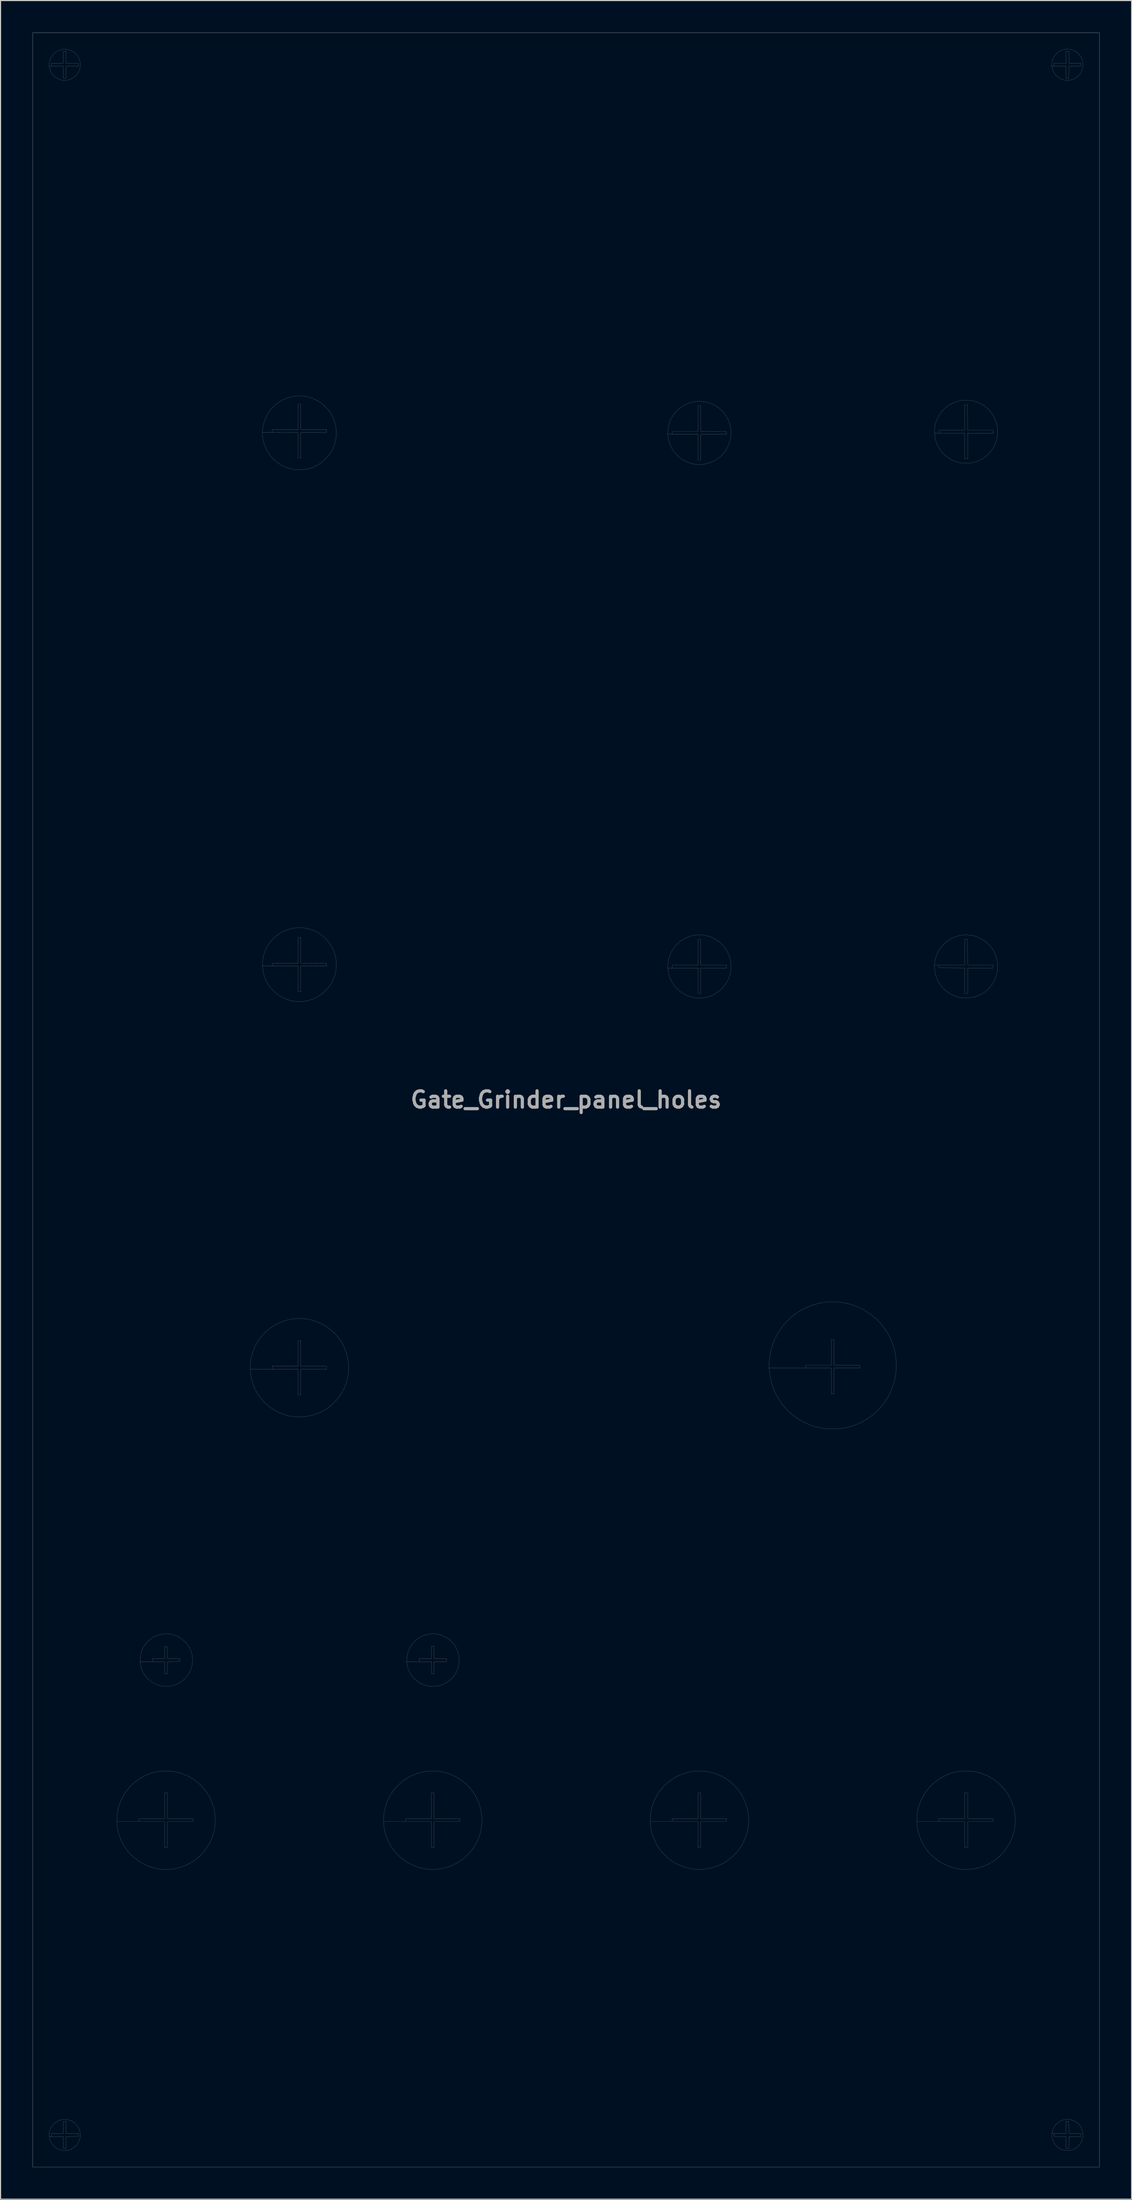
<source format=kicad_pcb>
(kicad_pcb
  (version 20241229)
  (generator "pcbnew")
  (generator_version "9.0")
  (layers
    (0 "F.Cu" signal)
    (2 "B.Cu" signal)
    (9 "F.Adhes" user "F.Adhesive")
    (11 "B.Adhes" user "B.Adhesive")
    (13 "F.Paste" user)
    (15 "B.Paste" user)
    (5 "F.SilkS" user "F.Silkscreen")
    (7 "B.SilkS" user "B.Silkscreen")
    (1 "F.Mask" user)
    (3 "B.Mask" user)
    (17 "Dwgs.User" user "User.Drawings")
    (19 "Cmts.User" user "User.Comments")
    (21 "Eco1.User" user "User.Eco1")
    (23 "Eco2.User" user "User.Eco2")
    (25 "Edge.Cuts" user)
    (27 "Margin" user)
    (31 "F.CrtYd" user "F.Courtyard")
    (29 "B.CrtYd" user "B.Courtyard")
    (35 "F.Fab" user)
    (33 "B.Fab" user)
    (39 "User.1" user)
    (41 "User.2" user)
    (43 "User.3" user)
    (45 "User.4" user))
  (footprint "Gate_Grinder_panel_holes"
    (layer "F.Cu")
    (at 50.018 100.005)
    (property "Reference" "Gate_Grinder_panel_holes" (at 0 0 0) (layer "F.Fab") (effects (font (size 1.524 1.524) (thickness 0.3))))
    (attr through_hole)
    (fp_poly (pts (xy 50.013 100.025) (xy -50.013 100.025) (xy -50.013 -99.974) (xy -49.987 -99.974) (xy -49.987 100) (xy 49.987 100) (xy 49.987 -99.974) (xy -49.987 -99.974) (xy -50.013 -99.974) (xy -50.013 -100) (xy 50.013 -100) (xy 50.013 100.025)) (stroke (width 0.01) (type solid)) (fill no) (layer "F.Fab"))
    (fp_poly (pts (xy -46.75 95.572) (xy -46.518 95.627) (xy -46.306 95.724) (xy -46.106 95.864) (xy -45.973 95.986) (xy -45.8 96.183) (xy -45.675 96.387) (xy -45.592 96.604) (xy -45.55 96.845) (xy -45.542 97.024) (xy -45.566 97.286) (xy -45.634 97.532) (xy -45.742 97.757) (xy -45.886 97.957) (xy -46.06 98.131) (xy -46.261 98.273) (xy -46.483 98.38) (xy -46.723 98.45) (xy -46.975 98.477) (xy -47.235 98.459) (xy -47.355 98.436) (xy -47.589 98.354) (xy -47.809 98.228) (xy -48.007 98.066) (xy -48.177 97.873) (xy -48.312 97.657) (xy -48.406 97.425) (xy -48.424 97.356) (xy -48.462 97.092) (xy -48.454 96.876) (xy -48.26 96.876) (xy -48.26 97.155) (xy -47.142 97.155) (xy -47.142 98.273) (xy -46.863 98.273) (xy -46.863 97.156) (xy -46.298 97.149) (xy -45.733 97.142) (xy -45.717 96.876) (xy -46.863 96.876) (xy -46.863 95.73) (xy -46.996 95.738) (xy -47.13 95.745) (xy -47.143 96.876) (xy -48.26 96.876) (xy -48.454 96.876) (xy -48.453 96.836) (xy -48.401 96.59) (xy -48.308 96.36) (xy -48.18 96.15) (xy -48.019 95.965) (xy -47.829 95.808) (xy -47.613 95.685) (xy -47.375 95.601) (xy -47.118 95.559) (xy -47.011 95.555) (xy -46.75 95.572)) (stroke (width 0.01) (type solid)) (fill no) (layer "F.Fab"))
    (fp_poly (pts (xy 47.275 95.578) (xy 47.517 95.643) (xy 47.736 95.745) (xy 47.93 95.881) (xy 48.096 96.044) (xy 48.234 96.231) (xy 48.341 96.437) (xy 48.416 96.657) (xy 48.455 96.887) (xy 48.458 97.121) (xy 48.422 97.355) (xy 48.346 97.584) (xy 48.228 97.804) (xy 48.065 98.01) (xy 48.032 98.044) (xy 47.825 98.216) (xy 47.594 98.346) (xy 47.346 98.432) (xy 47.086 98.473) (xy 46.821 98.466) (xy 46.65 98.435) (xy 46.401 98.35) (xy 46.176 98.223) (xy 45.978 98.06) (xy 45.813 97.865) (xy 45.683 97.644) (xy 45.593 97.402) (xy 45.547 97.145) (xy 45.542 97.024) (xy 45.552 96.876) (xy 45.717 96.876) (xy 45.725 97.009) (xy 45.733 97.142) (xy 46.298 97.149) (xy 46.863 97.156) (xy 46.863 98.273) (xy 47.142 98.273) (xy 47.142 97.155) (xy 48.26 97.155) (xy 48.26 96.876) (xy 47.143 96.876) (xy 47.137 96.31) (xy 47.13 95.745) (xy 46.996 95.738) (xy 46.863 95.73) (xy 46.863 96.876) (xy 45.717 96.876) (xy 45.552 96.876) (xy 45.56 96.763) (xy 45.615 96.531) (xy 45.711 96.319) (xy 45.852 96.118) (xy 45.973 95.986) (xy 46.171 95.813) (xy 46.374 95.687) (xy 46.592 95.605) (xy 46.832 95.563) (xy 47.011 95.555) (xy 47.275 95.578)) (stroke (width 0.01) (type solid)) (fill no) (layer "F.Fab"))
    (fp_poly (pts (xy 47.171 -98.442) (xy 47.43 -98.385) (xy 47.684 -98.28) (xy 47.686 -98.279) (xy 47.905 -98.136) (xy 48.092 -97.959) (xy 48.243 -97.752) (xy 48.358 -97.523) (xy 48.431 -97.277) (xy 48.461 -97.02) (xy 48.445 -96.76) (xy 48.424 -96.648) (xy 48.34 -96.402) (xy 48.213 -96.174) (xy 48.049 -95.973) (xy 47.852 -95.801) (xy 47.629 -95.667) (xy 47.384 -95.574) (xy 47.359 -95.568) (xy 47.21 -95.543) (xy 47.034 -95.532) (xy 46.852 -95.537) (xy 46.685 -95.557) (xy 46.596 -95.577) (xy 46.402 -95.648) (xy 46.227 -95.747) (xy 46.056 -95.882) (xy 45.973 -95.961) (xy 45.8 -96.159) (xy 45.673 -96.364) (xy 45.591 -96.583) (xy 45.549 -96.824) (xy 45.548 -96.85) (xy 45.717 -96.85) (xy 46.863 -96.85) (xy 46.863 -95.705) (xy 47.13 -95.72) (xy 47.137 -96.285) (xy 47.143 -96.85) (xy 48.26 -96.85) (xy 48.26 -97.13) (xy 47.142 -97.13) (xy 47.142 -98.247) (xy 46.863 -98.247) (xy 46.863 -97.131) (xy 45.733 -97.117) (xy 45.725 -96.984) (xy 45.717 -96.85) (xy 45.548 -96.85) (xy 45.543 -96.994) (xy 45.562 -97.255) (xy 45.622 -97.49) (xy 45.725 -97.707) (xy 45.875 -97.912) (xy 45.974 -98.019) (xy 46.183 -98.195) (xy 46.413 -98.326) (xy 46.658 -98.411) (xy 46.912 -98.45) (xy 47.171 -98.442)) (stroke (width 0.01) (type solid)) (fill no) (layer "F.Fab"))
    (fp_poly (pts (xy -46.684 -98.412) (xy -46.462 -98.344) (xy -46.253 -98.242) (xy -46.063 -98.109) (xy -45.895 -97.947) (xy -45.754 -97.758) (xy -45.645 -97.543) (xy -45.574 -97.304) (xy -45.543 -97.044) (xy -45.543 -96.995) (xy -45.562 -96.73) (xy -45.62 -96.492) (xy -45.721 -96.275) (xy -45.868 -96.071) (xy -45.972 -95.959) (xy -46.17 -95.786) (xy -46.376 -95.661) (xy -46.598 -95.579) (xy -46.844 -95.537) (xy -47.015 -95.53) (xy -47.155 -95.534) (xy -47.268 -95.547) (xy -47.378 -95.574) (xy -47.46 -95.6) (xy -47.706 -95.708) (xy -47.919 -95.851) (xy -48.099 -96.024) (xy -48.245 -96.22) (xy -48.354 -96.436) (xy -48.426 -96.666) (xy -48.46 -96.904) (xy -48.455 -97.13) (xy -48.26 -97.13) (xy -48.26 -96.85) (xy -47.142 -96.85) (xy -47.142 -96.296) (xy -47.142 -96.133) (xy -47.14 -95.987) (xy -47.136 -95.866) (xy -47.132 -95.778) (xy -47.128 -95.73) (xy -47.125 -95.724) (xy -47.092 -95.714) (xy -47.026 -95.708) (xy -46.986 -95.707) (xy -46.863 -95.707) (xy -46.863 -96.85) (xy -45.717 -96.85) (xy -45.733 -97.117) (xy -46.863 -97.131) (xy -46.863 -98.247) (xy -47.142 -98.247) (xy -47.142 -97.13) (xy -48.26 -97.13) (xy -48.455 -97.13) (xy -48.455 -97.145) (xy -48.408 -97.385) (xy -48.319 -97.617) (xy -48.187 -97.837) (xy -48.032 -98.019) (xy -47.829 -98.19) (xy -47.611 -98.316) (xy -47.383 -98.4) (xy -47.149 -98.442) (xy -46.915 -98.446) (xy -46.684 -98.412)) (stroke (width 0.01) (type solid)) (fill no) (layer "F.Fab"))
    (fp_poly (pts (xy -12.199 50.063) (xy -11.855 50.126) (xy -11.851 50.127) (xy -11.525 50.237) (xy -11.225 50.388) (xy -10.954 50.575) (xy -10.712 50.794) (xy -10.504 51.042) (xy -10.329 51.314) (xy -10.191 51.607) (xy -10.092 51.916) (xy -10.034 52.237) (xy -10.018 52.566) (xy -10.047 52.899) (xy -10.123 53.232) (xy -10.184 53.41) (xy -10.33 53.718) (xy -10.515 53.999) (xy -10.737 54.251) (xy -10.989 54.47) (xy -11.268 54.654) (xy -11.569 54.8) (xy -11.887 54.905) (xy -12.218 54.965) (xy -12.558 54.979) (xy -12.649 54.974) (xy -12.994 54.925) (xy -13.323 54.829) (xy -13.632 54.69) (xy -13.919 54.511) (xy -14.178 54.295) (xy -14.407 54.044) (xy -14.601 53.763) (xy -14.757 53.453) (xy -14.849 53.195) (xy -14.905 52.941) (xy -14.932 52.661) (xy -14.931 52.375) (xy -13.767 52.375) (xy -13.767 52.654) (xy -12.624 52.654) (xy -12.624 53.772) (xy -12.37 53.772) (xy -12.37 52.654) (xy -11.227 52.654) (xy -11.227 52.375) (xy -12.37 52.375) (xy -12.37 51.232) (xy -12.624 51.232) (xy -12.624 52.375) (xy -13.767 52.375) (xy -14.931 52.375) (xy -14.931 52.371) (xy -14.903 52.086) (xy -14.846 51.822) (xy -14.82 51.737) (xy -14.684 51.413) (xy -14.51 51.118) (xy -14.301 50.854) (xy -14.061 50.624) (xy -13.794 50.429) (xy -13.504 50.271) (xy -13.196 50.154) (xy -12.873 50.079) (xy -12.539 50.047) (xy -12.199 50.063)) (stroke (width 0.01) (type solid)) (fill no) (layer "F.Fab"))
    (fp_poly (pts (xy -37.306 50.059) (xy -37.18 50.065) (xy -37.071 50.079) (xy -36.961 50.101) (xy -36.868 50.124) (xy -36.537 50.236) (xy -36.23 50.391) (xy -35.948 50.586) (xy -35.697 50.815) (xy -35.48 51.077) (xy -35.299 51.366) (xy -35.159 51.679) (xy -35.063 52.012) (xy -35.05 52.078) (xy -35.034 52.206) (xy -35.025 52.364) (xy -35.022 52.537) (xy -35.026 52.706) (xy -35.037 52.856) (xy -35.051 52.947) (xy -35.145 53.298) (xy -35.281 53.625) (xy -35.459 53.923) (xy -35.676 54.191) (xy -35.931 54.427) (xy -36.22 54.627) (xy -36.386 54.717) (xy -36.712 54.852) (xy -37.05 54.938) (xy -37.399 54.975) (xy -37.739 54.964) (xy -38.073 54.907) (xy -38.393 54.804) (xy -38.693 54.658) (xy -38.971 54.473) (xy -39.222 54.251) (xy -39.442 53.997) (xy -39.628 53.714) (xy -39.776 53.405) (xy -39.869 53.121) (xy -39.916 52.879) (xy -39.938 52.614) (xy -39.936 52.375) (xy -38.76 52.375) (xy -38.76 52.654) (xy -37.643 52.654) (xy -37.643 53.772) (xy -37.363 53.772) (xy -37.363 52.655) (xy -36.798 52.648) (xy -36.233 52.642) (xy -36.218 52.375) (xy -37.362 52.375) (xy -37.369 51.81) (xy -37.376 51.245) (xy -37.63 51.245) (xy -37.644 52.375) (xy -38.76 52.375) (xy -39.936 52.375) (xy -39.936 52.345) (xy -39.909 52.09) (xy -39.883 51.961) (xy -39.773 51.618) (xy -39.622 51.301) (xy -39.431 51.012) (xy -39.204 50.754) (xy -38.944 50.531) (xy -38.653 50.346) (xy -38.336 50.2) (xy -37.994 50.098) (xy -37.992 50.097) (xy -37.828 50.072) (xy -37.618 50.059) (xy -37.465 50.057) (xy -37.306 50.059)) (stroke (width 0.01) (type solid)) (fill no) (layer "F.Fab"))
    (fp_poly (pts (xy 12.67 -65.443) (xy 13.016 -65.403) (xy 13.355 -65.323) (xy 13.683 -65.204) (xy 13.996 -65.047) (xy 14.29 -64.852) (xy 14.562 -64.62) (xy 14.808 -64.351) (xy 15.022 -64.046) (xy 15.138 -63.841) (xy 15.29 -63.492) (xy 15.394 -63.138) (xy 15.452 -62.782) (xy 15.465 -62.427) (xy 15.436 -62.077) (xy 15.366 -61.736) (xy 15.257 -61.406) (xy 15.111 -61.092) (xy 14.93 -60.797) (xy 14.715 -60.523) (xy 14.469 -60.275) (xy 14.193 -60.057) (xy 13.89 -59.87) (xy 13.56 -59.72) (xy 13.207 -59.609) (xy 12.831 -59.54) (xy 12.814 -59.538) (xy 12.634 -59.522) (xy 12.476 -59.517) (xy 12.315 -59.524) (xy 12.143 -59.541) (xy 11.801 -59.604) (xy 11.459 -59.712) (xy 11.128 -59.861) (xy 10.818 -60.045) (xy 10.693 -60.135) (xy 10.563 -60.246) (xy 10.418 -60.386) (xy 10.273 -60.541) (xy 10.141 -60.697) (xy 10.035 -60.839) (xy 10.022 -60.858) (xy 9.833 -61.19) (xy 9.691 -61.537) (xy 9.595 -61.894) (xy 9.544 -62.258) (xy 9.539 -62.611) (xy 9.957 -62.611) (xy 9.957 -62.357) (xy 12.37 -62.357) (xy 12.37 -59.944) (xy 12.624 -59.944) (xy 12.624 -62.357) (xy 15.037 -62.357) (xy 15.037 -62.611) (xy 13.837 -62.617) (xy 12.636 -62.624) (xy 12.623 -65.024) (xy 12.37 -65.024) (xy 12.37 -62.611) (xy 9.957 -62.611) (xy 9.539 -62.611) (xy 9.539 -62.624) (xy 9.578 -62.987) (xy 9.661 -63.343) (xy 9.789 -63.687) (xy 9.96 -64.016) (xy 10.174 -64.325) (xy 10.389 -64.567) (xy 10.672 -64.821) (xy 10.977 -65.03) (xy 11.298 -65.197) (xy 11.631 -65.321) (xy 11.974 -65.403) (xy 12.322 -65.443) (xy 12.67 -65.443)) (stroke (width 0.01) (type solid)) (fill no) (layer "F.Fab"))
    (fp_poly (pts (xy 12.783 -15.433) (xy 13.027 -15.403) (xy 13.081 -15.393) (xy 13.452 -15.292) (xy 13.803 -15.146) (xy 14.128 -14.96) (xy 14.426 -14.736) (xy 14.693 -14.478) (xy 14.926 -14.188) (xy 15.122 -13.87) (xy 15.277 -13.527) (xy 15.388 -13.162) (xy 15.395 -13.132) (xy 15.454 -12.754) (xy 15.464 -12.377) (xy 15.426 -12.005) (xy 15.34 -11.641) (xy 15.21 -11.291) (xy 15.035 -10.958) (xy 14.816 -10.647) (xy 14.583 -10.388) (xy 14.289 -10.129) (xy 13.976 -9.917) (xy 13.643 -9.751) (xy 13.286 -9.629) (xy 12.995 -9.564) (xy 12.817 -9.542) (xy 12.612 -9.531) (xy 12.398 -9.53) (xy 12.193 -9.539) (xy 12.016 -9.559) (xy 11.995 -9.563) (xy 11.614 -9.657) (xy 11.256 -9.795) (xy 10.922 -9.979) (xy 10.611 -10.208) (xy 10.401 -10.401) (xy 10.145 -10.692) (xy 9.933 -11.007) (xy 9.765 -11.342) (xy 9.642 -11.692) (xy 9.566 -12.054) (xy 9.535 -12.425) (xy 9.545 -12.624) (xy 9.957 -12.624) (xy 9.957 -12.344) (xy 12.37 -12.344) (xy 12.37 -9.957) (xy 12.624 -9.957) (xy 12.624 -12.344) (xy 15.037 -12.344) (xy 15.037 -12.624) (xy 12.624 -12.624) (xy 12.624 -15.037) (xy 12.37 -15.037) (xy 12.37 -12.624) (xy 9.957 -12.624) (xy 9.545 -12.624) (xy 9.553 -12.8) (xy 9.618 -13.176) (xy 9.732 -13.549) (xy 9.765 -13.633) (xy 9.911 -13.93) (xy 10.099 -14.221) (xy 10.321 -14.493) (xy 10.57 -14.737) (xy 10.732 -14.868) (xy 10.925 -14.996) (xy 11.151 -15.121) (xy 11.391 -15.232) (xy 11.625 -15.321) (xy 11.75 -15.358) (xy 11.982 -15.405) (xy 12.243 -15.433) (xy 12.516 -15.442) (xy 12.783 -15.433)) (stroke (width 0.01) (type solid)) (fill no) (layer "F.Fab"))
    (fp_poly (pts (xy 37.704 -65.553) (xy 37.87 -65.542) (xy 37.941 -65.533) (xy 38.325 -65.446) (xy 38.688 -65.314) (xy 39.027 -65.14) (xy 39.338 -64.924) (xy 39.619 -64.67) (xy 39.868 -64.379) (xy 40.081 -64.053) (xy 40.153 -63.918) (xy 40.299 -63.573) (xy 40.4 -63.208) (xy 40.453 -62.83) (xy 40.462 -62.597) (xy 40.438 -62.218) (xy 40.366 -61.852) (xy 40.25 -61.501) (xy 40.093 -61.171) (xy 39.898 -60.863) (xy 39.667 -60.582) (xy 39.403 -60.33) (xy 39.109 -60.112) (xy 38.788 -59.931) (xy 38.443 -59.789) (xy 38.077 -59.69) (xy 38.002 -59.676) (xy 37.839 -59.656) (xy 37.646 -59.645) (xy 37.44 -59.643) (xy 37.24 -59.65) (xy 37.062 -59.666) (xy 36.988 -59.677) (xy 36.623 -59.768) (xy 36.274 -59.904) (xy 35.945 -60.08) (xy 35.642 -60.294) (xy 35.368 -60.542) (xy 35.127 -60.821) (xy 34.924 -61.127) (xy 34.763 -61.457) (xy 34.745 -61.503) (xy 34.672 -61.706) (xy 34.619 -61.886) (xy 34.584 -62.063) (xy 34.562 -62.254) (xy 34.551 -62.462) (xy 34.547 -62.719) (xy 34.548 -62.725) (xy 34.963 -62.725) (xy 34.963 -62.471) (xy 36.163 -62.465) (xy 37.363 -62.458) (xy 37.363 -60.071) (xy 37.643 -60.071) (xy 37.643 -62.459) (xy 40.03 -62.459) (xy 40.03 -62.738) (xy 37.643 -62.738) (xy 37.637 -63.938) (xy 37.63 -65.138) (xy 37.376 -65.138) (xy 37.363 -62.738) (xy 34.963 -62.725) (xy 34.548 -62.725) (xy 34.559 -62.942) (xy 34.586 -63.148) (xy 34.632 -63.352) (xy 34.676 -63.5) (xy 34.818 -63.861) (xy 35 -64.195) (xy 35.222 -64.5) (xy 35.481 -64.772) (xy 35.774 -65.009) (xy 36.099 -65.21) (xy 36.454 -65.372) (xy 36.802 -65.485) (xy 36.941 -65.512) (xy 37.116 -65.534) (xy 37.312 -65.548) (xy 37.512 -65.554) (xy 37.704 -65.553)) (stroke (width 0.01) (type solid)) (fill no) (layer "F.Fab"))
    (fp_poly (pts (xy -37.246 62.905) (xy -36.792 62.953) (xy -36.344 63.046) (xy -35.908 63.183) (xy -35.486 63.362) (xy -35.081 63.584) (xy -34.698 63.847) (xy -34.339 64.151) (xy -34.008 64.495) (xy -33.947 64.567) (xy -33.661 64.951) (xy -33.417 65.36) (xy -33.218 65.794) (xy -33.063 66.251) (xy -32.954 66.728) (xy -32.93 66.878) (xy -32.911 67.055) (xy -32.9 67.265) (xy -32.897 67.496) (xy -32.901 67.733) (xy -32.913 67.961) (xy -32.931 68.167) (xy -32.955 68.333) (xy -33.067 68.798) (xy -33.222 69.242) (xy -33.419 69.662) (xy -33.653 70.056) (xy -33.923 70.423) (xy -34.226 70.759) (xy -34.559 71.064) (xy -34.919 71.335) (xy -35.303 71.57) (xy -35.71 71.767) (xy -36.135 71.923) (xy -36.576 72.037) (xy -37.031 72.107) (xy -37.496 72.131) (xy -37.948 72.108) (xy -38.42 72.036) (xy -38.875 71.918) (xy -39.31 71.757) (xy -39.723 71.555) (xy -40.11 71.316) (xy -40.47 71.041) (xy -40.801 70.733) (xy -41.1 70.395) (xy -41.365 70.029) (xy -41.594 69.637) (xy -41.784 69.223) (xy -41.933 68.789) (xy -42.039 68.337) (xy -42.099 67.87) (xy -42.112 67.513) (xy -42.106 67.386) (xy -40.03 67.386) (xy -40.03 67.64) (xy -37.643 67.64) (xy -37.643 70.053) (xy -37.363 70.053) (xy -37.363 67.64) (xy -34.95 67.64) (xy -34.95 67.386) (xy -37.363 67.386) (xy -37.363 64.973) (xy -37.643 64.973) (xy -37.643 67.386) (xy -40.03 67.386) (xy -42.106 67.386) (xy -42.087 67.034) (xy -42.014 66.566) (xy -41.895 66.113) (xy -41.732 65.676) (xy -41.525 65.259) (xy -41.279 64.866) (xy -40.994 64.499) (xy -40.672 64.162) (xy -40.315 63.857) (xy -39.926 63.587) (xy -39.509 63.359) (xy -39.07 63.173) (xy -38.62 63.035) (xy -38.164 62.946) (xy -37.705 62.902) (xy -37.246 62.905)) (stroke (width 0.01) (type solid)) (fill no) (layer "F.Fab"))
    (fp_poly (pts (xy 38.096 62.937) (xy 38.554 63.02) (xy 39.003 63.15) (xy 39.44 63.325) (xy 39.859 63.548) (xy 40.058 63.673) (xy 40.445 63.962) (xy 40.796 64.285) (xy 41.11 64.639) (xy 41.384 65.021) (xy 41.616 65.427) (xy 41.807 65.856) (xy 41.952 66.304) (xy 42.052 66.767) (xy 42.104 67.243) (xy 42.112 67.513) (xy 42.087 67.993) (xy 42.014 68.463) (xy 41.894 68.919) (xy 41.728 69.358) (xy 41.519 69.778) (xy 41.268 70.174) (xy 40.978 70.544) (xy 40.648 70.884) (xy 40.282 71.192) (xy 40.056 71.353) (xy 39.644 71.598) (xy 39.21 71.798) (xy 38.759 71.952) (xy 38.296 72.058) (xy 37.823 72.117) (xy 37.345 72.127) (xy 37.053 72.108) (xy 36.586 72.038) (xy 36.129 71.919) (xy 35.687 71.754) (xy 35.262 71.545) (xy 34.86 71.293) (xy 34.485 71.002) (xy 34.14 70.673) (xy 34.114 70.645) (xy 33.803 70.273) (xy 33.536 69.876) (xy 33.313 69.455) (xy 33.135 69.01) (xy 33.002 68.54) (xy 32.94 68.224) (xy 32.915 68.02) (xy 32.9 67.783) (xy 32.895 67.527) (xy 32.898 67.386) (xy 34.95 67.386) (xy 34.95 67.64) (xy 37.363 67.64) (xy 37.363 70.053) (xy 37.643 70.053) (xy 37.643 67.64) (xy 40.03 67.64) (xy 40.03 67.386) (xy 37.643 67.386) (xy 37.643 64.973) (xy 37.363 64.973) (xy 37.363 67.386) (xy 34.95 67.386) (xy 32.898 67.386) (xy 32.9 67.268) (xy 32.914 67.018) (xy 32.938 66.791) (xy 32.968 66.612) (xy 33.095 66.137) (xy 33.266 65.683) (xy 33.479 65.255) (xy 33.731 64.853) (xy 34.023 64.481) (xy 34.35 64.141) (xy 34.712 63.836) (xy 35.106 63.569) (xy 35.359 63.426) (xy 35.796 63.226) (xy 36.245 63.073) (xy 36.703 62.968) (xy 37.167 62.911) (xy 37.632 62.9) (xy 38.096 62.937)) (stroke (width 0.01) (type solid)) (fill no) (layer "F.Fab"))
    (fp_poly (pts (xy -24.333 20.546) (xy -23.872 20.638) (xy -23.535 20.737) (xy -23.094 20.91) (xy -22.677 21.126) (xy -22.288 21.381) (xy -21.928 21.671) (xy -21.6 21.995) (xy -21.307 22.348) (xy -21.05 22.728) (xy -20.831 23.133) (xy -20.654 23.558) (xy -20.521 24.001) (xy -20.433 24.459) (xy -20.399 24.807) (xy -20.394 25.305) (xy -20.438 25.788) (xy -20.53 26.258) (xy -20.67 26.712) (xy -20.858 27.148) (xy -21.094 27.567) (xy -21.376 27.967) (xy -21.415 28.017) (xy -21.735 28.374) (xy -22.087 28.693) (xy -22.469 28.973) (xy -22.878 29.211) (xy -23.313 29.407) (xy -23.77 29.559) (xy -24.247 29.665) (xy -24.324 29.678) (xy -24.436 29.691) (xy -24.585 29.701) (xy -24.758 29.709) (xy -24.943 29.714) (xy -25.127 29.716) (xy -25.297 29.714) (xy -25.441 29.709) (xy -25.54 29.701) (xy -26.01 29.618) (xy -26.463 29.489) (xy -26.897 29.317) (xy -27.309 29.104) (xy -27.696 28.852) (xy -28.056 28.565) (xy -28.384 28.245) (xy -28.68 27.894) (xy -28.94 27.514) (xy -29.161 27.109) (xy -29.341 26.68) (xy -29.476 26.231) (xy -29.498 26.136) (xy -29.582 25.652) (xy -29.615 25.176) (xy -29.608 24.968) (xy -27.534 24.968) (xy -27.534 25.248) (xy -25.121 25.248) (xy -25.121 27.661) (xy -24.867 27.661) (xy -24.867 25.248) (xy -22.451 25.248) (xy -22.466 24.981) (xy -24.867 24.968) (xy -24.867 22.581) (xy -25.121 22.581) (xy -25.121 24.968) (xy -27.534 24.968) (xy -29.608 24.968) (xy -29.598 24.706) (xy -29.532 24.239) (xy -29.415 23.774) (xy -29.36 23.604) (xy -29.182 23.163) (xy -28.963 22.749) (xy -28.708 22.366) (xy -28.419 22.014) (xy -28.099 21.695) (xy -27.751 21.41) (xy -27.378 21.16) (xy -26.984 20.949) (xy -26.571 20.776) (xy -26.142 20.643) (xy -25.701 20.552) (xy -25.25 20.505) (xy -24.793 20.502) (xy -24.333 20.546)) (stroke (width 0.01) (type solid)) (fill no) (layer "F.Fab"))
    (fp_poly (pts (xy 37.599 -15.438) (xy 37.8 -15.428) (xy 37.986 -15.41) (xy 38.142 -15.386) (xy 38.202 -15.372) (xy 38.579 -15.247) (xy 38.928 -15.082) (xy 39.247 -14.88) (xy 39.535 -14.643) (xy 39.788 -14.375) (xy 40.004 -14.077) (xy 40.181 -13.755) (xy 40.317 -13.409) (xy 40.41 -13.044) (xy 40.457 -12.662) (xy 40.462 -12.476) (xy 40.439 -12.121) (xy 40.37 -11.764) (xy 40.261 -11.416) (xy 40.112 -11.086) (xy 39.929 -10.785) (xy 39.88 -10.718) (xy 39.776 -10.592) (xy 39.646 -10.452) (xy 39.502 -10.311) (xy 39.358 -10.181) (xy 39.226 -10.075) (xy 39.179 -10.041) (xy 38.854 -9.851) (xy 38.506 -9.703) (xy 38.141 -9.598) (xy 37.766 -9.539) (xy 37.388 -9.526) (xy 37.014 -9.561) (xy 36.995 -9.565) (xy 36.624 -9.652) (xy 36.272 -9.785) (xy 35.944 -9.96) (xy 35.642 -10.175) (xy 35.369 -10.427) (xy 35.128 -10.713) (xy 34.922 -11.03) (xy 34.753 -11.377) (xy 34.625 -11.75) (xy 34.615 -11.785) (xy 34.586 -11.931) (xy 34.564 -12.114) (xy 34.551 -12.317) (xy 34.546 -12.528) (xy 34.549 -12.624) (xy 34.948 -12.624) (xy 34.955 -12.49) (xy 34.963 -12.357) (xy 36.163 -12.351) (xy 37.363 -12.344) (xy 37.363 -9.957) (xy 37.643 -9.957) (xy 37.643 -12.344) (xy 40.03 -12.344) (xy 40.03 -12.624) (xy 37.643 -12.624) (xy 37.637 -13.824) (xy 37.63 -15.024) (xy 37.497 -15.032) (xy 37.363 -15.039) (xy 37.363 -12.624) (xy 34.948 -12.624) (xy 34.549 -12.624) (xy 34.551 -12.73) (xy 34.565 -12.91) (xy 34.58 -13.01) (xy 34.676 -13.389) (xy 34.818 -13.746) (xy 35.003 -14.08) (xy 35.228 -14.387) (xy 35.49 -14.664) (xy 35.789 -14.907) (xy 36.121 -15.113) (xy 36.208 -15.158) (xy 36.373 -15.23) (xy 36.569 -15.299) (xy 36.775 -15.36) (xy 36.971 -15.405) (xy 37.055 -15.419) (xy 37.213 -15.434) (xy 37.399 -15.44) (xy 37.599 -15.438)) (stroke (width 0.01) (type solid)) (fill no) (layer "F.Fab"))
    (fp_poly (pts (xy -11.892 62.938) (xy -11.427 63.025) (xy -11.001 63.149) (xy -10.555 63.329) (xy -10.133 63.553) (xy -9.739 63.818) (xy -9.374 64.121) (xy -9.042 64.461) (xy -8.745 64.835) (xy -8.487 65.24) (xy -8.398 65.405) (xy -8.199 65.845) (xy -8.049 66.298) (xy -7.947 66.762) (xy -7.894 67.233) (xy -7.89 67.708) (xy -7.935 68.184) (xy -8.03 68.657) (xy -8.116 68.955) (xy -8.19 69.157) (xy -8.288 69.383) (xy -8.402 69.619) (xy -8.525 69.848) (xy -8.648 70.056) (xy -8.731 70.18) (xy -8.843 70.326) (xy -8.987 70.492) (xy -9.151 70.667) (xy -9.326 70.843) (xy -9.502 71.008) (xy -9.669 71.154) (xy -9.817 71.269) (xy -9.83 71.279) (xy -10.226 71.528) (xy -10.647 71.736) (xy -11.088 71.902) (xy -11.542 72.024) (xy -12.004 72.1) (xy -12.468 72.129) (xy -12.929 72.11) (xy -12.954 72.107) (xy -13.414 72.035) (xy -13.869 71.916) (xy -14.313 71.752) (xy -14.737 71.545) (xy -15.011 71.381) (xy -15.394 71.104) (xy -15.745 70.79) (xy -16.062 70.443) (xy -16.342 70.068) (xy -16.581 69.667) (xy -16.779 69.246) (xy -16.931 68.808) (xy -17.016 68.462) (xy -17.078 68.095) (xy -17.111 67.751) (xy -17.115 67.413) (xy -17.113 67.386) (xy -15.037 67.386) (xy -15.037 67.64) (xy -12.624 67.64) (xy -12.624 70.053) (xy -12.37 70.053) (xy -12.37 67.64) (xy -9.957 67.64) (xy -9.957 67.386) (xy -12.37 67.386) (xy -12.37 64.973) (xy -12.624 64.973) (xy -12.624 67.386) (xy -15.037 67.386) (xy -17.113 67.386) (xy -17.091 67.062) (xy -17.082 66.978) (xy -17.001 66.498) (xy -16.873 66.035) (xy -16.698 65.592) (xy -16.477 65.17) (xy -16.212 64.772) (xy -15.904 64.399) (xy -15.752 64.241) (xy -15.395 63.92) (xy -15.011 63.642) (xy -14.605 63.406) (xy -14.18 63.214) (xy -13.739 63.067) (xy -13.287 62.965) (xy -12.826 62.909) (xy -12.36 62.899) (xy -11.892 62.938)) (stroke (width 0.01) (type solid)) (fill no) (layer "F.Fab"))
    (fp_poly (pts (xy 12.941 62.919) (xy 13.383 62.983) (xy 13.819 63.089) (xy 14.245 63.239) (xy 14.657 63.431) (xy 15.053 63.666) (xy 15.428 63.945) (xy 15.758 64.245) (xy 16.086 64.608) (xy 16.369 64.996) (xy 16.608 65.408) (xy 16.802 65.844) (xy 16.951 66.303) (xy 17.055 66.783) (xy 17.093 67.061) (xy 17.117 67.515) (xy 17.093 67.974) (xy 17.022 68.432) (xy 16.906 68.883) (xy 16.745 69.32) (xy 16.542 69.738) (xy 16.447 69.902) (xy 16.177 70.299) (xy 15.871 70.661) (xy 15.533 70.987) (xy 15.167 71.276) (xy 14.775 71.525) (xy 14.36 71.734) (xy 13.927 71.901) (xy 13.478 72.023) (xy 13.017 72.1) (xy 12.546 72.129) (xy 12.07 72.109) (xy 12.059 72.108) (xy 11.617 72.041) (xy 11.175 71.929) (xy 10.74 71.773) (xy 10.324 71.579) (xy 9.935 71.35) (xy 9.83 71.278) (xy 9.684 71.166) (xy 9.519 71.023) (xy 9.344 70.859) (xy 9.168 70.685) (xy 9.003 70.509) (xy 8.857 70.343) (xy 8.741 70.196) (xy 8.73 70.18) (xy 8.614 70.001) (xy 8.491 69.788) (xy 8.371 69.557) (xy 8.261 69.324) (xy 8.168 69.103) (xy 8.117 68.961) (xy 7.991 68.5) (xy 7.915 68.031) (xy 7.887 67.559) (xy 7.894 67.386) (xy 9.957 67.386) (xy 9.957 67.64) (xy 12.37 67.64) (xy 12.37 70.053) (xy 12.624 70.053) (xy 12.624 67.64) (xy 15.037 67.64) (xy 15.037 67.386) (xy 12.624 67.386) (xy 12.624 64.973) (xy 12.37 64.973) (xy 12.37 67.386) (xy 9.957 67.386) (xy 7.894 67.386) (xy 7.906 67.088) (xy 7.973 66.622) (xy 8.087 66.165) (xy 8.248 65.72) (xy 8.454 65.293) (xy 8.629 65) (xy 8.746 64.827) (xy 8.86 64.674) (xy 8.985 64.525) (xy 9.131 64.365) (xy 9.216 64.278) (xy 9.566 63.956) (xy 9.94 63.676) (xy 10.334 63.44) (xy 10.745 63.246) (xy 11.171 63.095) (xy 11.606 62.987) (xy 12.049 62.921) (xy 12.495 62.899) (xy 12.941 62.919)) (stroke (width 0.01) (type solid)) (fill no) (layer "F.Fab"))
    (fp_poly (pts (xy -24.687 -65.936) (xy -24.463 -65.912) (xy -24.409 -65.903) (xy -24.034 -65.813) (xy -23.662 -65.678) (xy -23.303 -65.504) (xy -22.972 -65.297) (xy -22.956 -65.285) (xy -22.808 -65.167) (xy -22.645 -65.018) (xy -22.48 -64.852) (xy -22.325 -64.681) (xy -22.193 -64.517) (xy -22.128 -64.427) (xy -21.913 -64.058) (xy -21.742 -63.665) (xy -21.617 -63.25) (xy -21.597 -63.161) (xy -21.575 -63.021) (xy -21.56 -62.844) (xy -21.551 -62.643) (xy -21.55 -62.432) (xy -21.555 -62.224) (xy -21.567 -62.033) (xy -21.586 -61.872) (xy -21.599 -61.804) (xy -21.711 -61.393) (xy -21.864 -61.012) (xy -22.059 -60.658) (xy -22.298 -60.327) (xy -22.554 -60.044) (xy -22.87 -59.76) (xy -23.207 -59.523) (xy -23.567 -59.331) (xy -23.952 -59.182) (xy -24.282 -59.093) (xy -24.411 -59.072) (xy -24.577 -59.056) (xy -24.768 -59.045) (xy -24.969 -59.039) (xy -25.168 -59.039) (xy -25.352 -59.045) (xy -25.507 -59.057) (xy -25.59 -59.069) (xy -26.001 -59.17) (xy -26.389 -59.315) (xy -26.753 -59.501) (xy -27.089 -59.726) (xy -27.396 -59.986) (xy -27.67 -60.28) (xy -27.908 -60.604) (xy -28.108 -60.956) (xy -28.268 -61.333) (xy -28.384 -61.732) (xy -28.415 -61.886) (xy -28.439 -62.062) (xy -28.453 -62.271) (xy -28.457 -62.495) (xy -28.452 -62.718) (xy -28.447 -62.789) (xy -27.534 -62.789) (xy -27.534 -62.535) (xy -25.133 -62.522) (xy -25.127 -61.322) (xy -25.12 -60.122) (xy -24.867 -60.122) (xy -24.867 -62.535) (xy -22.454 -62.535) (xy -22.454 -62.789) (xy -24.867 -62.789) (xy -24.867 -65.202) (xy -25.121 -65.202) (xy -25.121 -62.789) (xy -27.534 -62.789) (xy -28.447 -62.789) (xy -28.438 -62.925) (xy -28.414 -63.098) (xy -28.413 -63.103) (xy -28.308 -63.516) (xy -28.159 -63.906) (xy -27.969 -64.27) (xy -27.74 -64.606) (xy -27.475 -64.911) (xy -27.176 -65.182) (xy -26.845 -65.417) (xy -26.486 -65.614) (xy -26.101 -65.77) (xy -25.691 -65.883) (xy -25.642 -65.893) (xy -25.432 -65.924) (xy -25.19 -65.941) (xy -24.936 -65.945) (xy -24.687 -65.936)) (stroke (width 0.01) (type solid)) (fill no) (layer "F.Fab"))
    (fp_poly (pts (xy -24.785 -16.11) (xy -24.575 -16.096) (xy -24.396 -16.073) (xy -24.375 -16.069) (xy -23.958 -15.962) (xy -23.565 -15.812) (xy -23.199 -15.619) (xy -22.862 -15.386) (xy -22.555 -15.114) (xy -22.281 -14.804) (xy -22.042 -14.46) (xy -21.856 -14.114) (xy -21.719 -13.782) (xy -21.623 -13.446) (xy -21.566 -13.096) (xy -21.545 -12.722) (xy -21.547 -12.535) (xy -21.57 -12.202) (xy -21.618 -11.898) (xy -21.695 -11.61) (xy -21.805 -11.321) (xy -21.937 -11.044) (xy -22.143 -10.699) (xy -22.39 -10.382) (xy -22.672 -10.096) (xy -22.986 -9.843) (xy -23.327 -9.628) (xy -23.692 -9.453) (xy -24.076 -9.32) (xy -24.475 -9.233) (xy -24.486 -9.232) (xy -24.589 -9.22) (xy -24.72 -9.21) (xy -24.867 -9.203) (xy -25.017 -9.198) (xy -25.157 -9.197) (xy -25.275 -9.199) (xy -25.359 -9.206) (xy -25.375 -9.208) (xy -25.417 -9.216) (xy -25.494 -9.228) (xy -25.59 -9.244) (xy -25.603 -9.246) (xy -25.896 -9.311) (xy -26.204 -9.412) (xy -26.512 -9.544) (xy -26.806 -9.701) (xy -26.949 -9.792) (xy -27.071 -9.882) (xy -27.212 -10.002) (xy -27.363 -10.142) (xy -27.514 -10.293) (xy -27.654 -10.443) (xy -27.774 -10.583) (xy -27.861 -10.7) (xy -28.076 -11.061) (xy -28.242 -11.43) (xy -28.359 -11.809) (xy -28.43 -12.205) (xy -28.456 -12.621) (xy -28.456 -12.675) (xy -28.452 -12.802) (xy -27.534 -12.802) (xy -27.534 -12.522) (xy -25.121 -12.522) (xy -25.121 -10.109) (xy -24.867 -10.109) (xy -24.867 -12.522) (xy -22.451 -12.522) (xy -22.466 -12.789) (xy -24.867 -12.802) (xy -24.867 -15.189) (xy -25.121 -15.189) (xy -25.121 -12.802) (xy -27.534 -12.802) (xy -28.452 -12.802) (xy -28.446 -12.972) (xy -28.416 -13.24) (xy -28.363 -13.497) (xy -28.284 -13.762) (xy -28.267 -13.81) (xy -28.106 -14.192) (xy -27.903 -14.548) (xy -27.661 -14.875) (xy -27.384 -15.17) (xy -27.073 -15.43) (xy -26.733 -15.654) (xy -26.366 -15.839) (xy -25.976 -15.982) (xy -25.616 -16.07) (xy -25.442 -16.095) (xy -25.235 -16.109) (xy -25.01 -16.115) (xy -24.785 -16.11)) (stroke (width 0.01) (type solid)) (fill no) (layer "F.Fab"))
    (fp_poly (pts (xy 25.328 18.944) (xy 25.873 19) (xy 26.418 19.105) (xy 26.511 19.128) (xy 27.005 19.28) (xy 27.49 19.48) (xy 27.959 19.722) (xy 28.406 20.005) (xy 28.825 20.325) (xy 29.165 20.633) (xy 29.546 21.043) (xy 29.884 21.477) (xy 30.177 21.935) (xy 30.424 22.413) (xy 30.626 22.911) (xy 30.78 23.428) (xy 30.887 23.961) (xy 30.946 24.509) (xy 30.955 24.702) (xy 30.949 25.258) (xy 30.894 25.799) (xy 30.791 26.326) (xy 30.639 26.841) (xy 30.437 27.347) (xy 30.355 27.521) (xy 30.091 28.003) (xy 29.789 28.454) (xy 29.449 28.872) (xy 29.075 29.255) (xy 28.669 29.602) (xy 28.231 29.911) (xy 27.766 30.181) (xy 27.274 30.409) (xy 26.759 30.596) (xy 26.221 30.738) (xy 25.971 30.787) (xy 25.795 30.812) (xy 25.581 30.831) (xy 25.343 30.844) (xy 25.092 30.852) (xy 24.842 30.853) (xy 24.607 30.848) (xy 24.398 30.836) (xy 24.275 30.824) (xy 23.735 30.731) (xy 23.213 30.591) (xy 22.71 30.407) (xy 22.228 30.181) (xy 21.771 29.914) (xy 21.341 29.609) (xy 20.94 29.268) (xy 20.57 28.893) (xy 20.234 28.485) (xy 19.934 28.048) (xy 19.673 27.583) (xy 19.452 27.091) (xy 19.275 26.576) (xy 19.267 26.547) (xy 19.139 26.013) (xy 19.062 25.476) (xy 19.033 24.939) (xy 19.035 24.892) (xy 22.454 24.892) (xy 22.454 25.146) (xy 24.867 25.146) (xy 24.867 27.559) (xy 25.121 27.559) (xy 25.121 25.146) (xy 27.534 25.146) (xy 27.534 24.892) (xy 26.333 24.886) (xy 25.133 24.879) (xy 25.12 22.479) (xy 24.867 22.479) (xy 24.867 24.892) (xy 22.454 24.892) (xy 19.035 24.892) (xy 19.054 24.403) (xy 19.122 23.873) (xy 19.239 23.35) (xy 19.402 22.838) (xy 19.613 22.34) (xy 19.869 21.858) (xy 20.172 21.395) (xy 20.243 21.298) (xy 20.349 21.166) (xy 20.483 21.012) (xy 20.637 20.845) (xy 20.799 20.677) (xy 20.962 20.517) (xy 21.115 20.374) (xy 21.248 20.26) (xy 21.273 20.24) (xy 21.726 19.914) (xy 22.2 19.634) (xy 22.692 19.4) (xy 23.199 19.213) (xy 23.719 19.073) (xy 24.249 18.982) (xy 24.786 18.938) (xy 25.328 18.944)) (stroke (width 0.01) (type solid)) (fill no) (layer "F.Fab")))
  (gr_rect
    (start -3 -3)
    (end 103.035 203.035)
    (stroke (width 0.1) (type default))
    (fill no)
    (layer "Edge.Cuts")))
</source>
